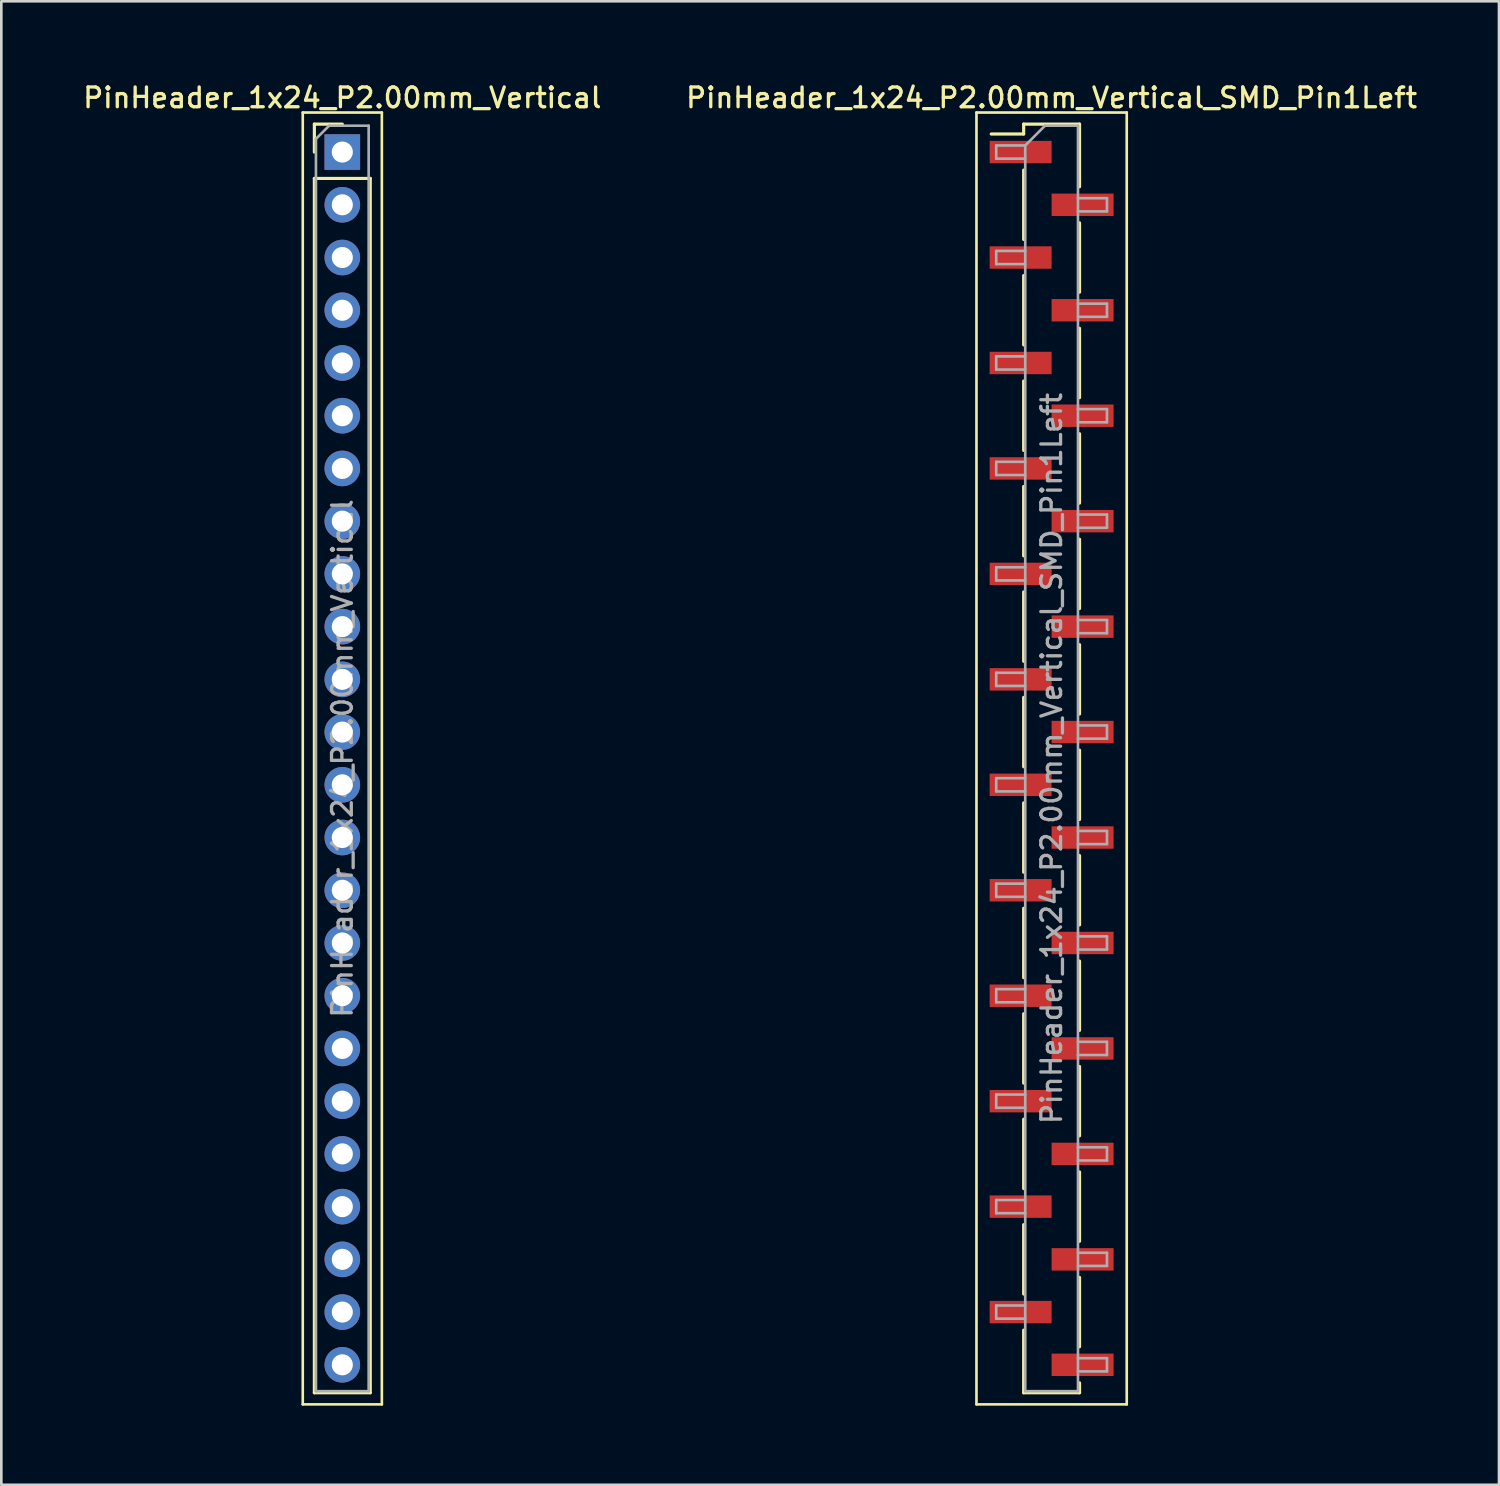
<source format=kicad_pcb>
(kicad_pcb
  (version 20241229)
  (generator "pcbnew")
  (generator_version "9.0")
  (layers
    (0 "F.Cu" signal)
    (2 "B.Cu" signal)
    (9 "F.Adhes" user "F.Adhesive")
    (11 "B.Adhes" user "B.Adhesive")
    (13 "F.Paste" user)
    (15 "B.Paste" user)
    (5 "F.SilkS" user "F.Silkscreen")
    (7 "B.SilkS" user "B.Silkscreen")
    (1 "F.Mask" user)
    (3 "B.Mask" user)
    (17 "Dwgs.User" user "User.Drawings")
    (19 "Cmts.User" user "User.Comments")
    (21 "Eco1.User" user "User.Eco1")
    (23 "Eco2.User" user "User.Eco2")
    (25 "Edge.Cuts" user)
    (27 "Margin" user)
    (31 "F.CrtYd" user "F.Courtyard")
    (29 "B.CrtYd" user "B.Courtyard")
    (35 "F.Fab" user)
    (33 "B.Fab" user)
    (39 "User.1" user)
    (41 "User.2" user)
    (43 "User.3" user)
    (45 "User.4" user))
  (footprint "PinHeader_1x24_P2.00mm_Vertical"
    (layer "F.Cu")
    (at 9.934 2.718)
    (property "Reference" "PinHeader_1x24_P2.00mm_Vertical" (at 0 -2.06 0) (layer "F.SilkS") (effects (font (size 0.75 0.75) (thickness 0.125))))
    (attr through_hole)
    (fp_line (start -1.5 -1.5) (end -1.5 47.5) (stroke (width 0.1) (type solid)) (layer "F.SilkS"))
    (fp_line (start -1.5 47.5) (end 1.5 47.5) (stroke (width 0.1) (type solid)) (layer "F.SilkS"))
    (fp_line (start -1.06 -1.06) (end 0 -1.06) (stroke (width 0.12) (type solid)) (layer "F.SilkS"))
    (fp_line (start -1.06 0) (end -1.06 -1.06) (stroke (width 0.12) (type solid)) (layer "F.SilkS"))
    (fp_line (start -1.06 1) (end -1.06 47.06) (stroke (width 0.12) (type solid)) (layer "F.SilkS"))
    (fp_line (start -1.06 1) (end 1.06 1) (stroke (width 0.12) (type solid)) (layer "F.SilkS"))
    (fp_line (start -1.06 47.06) (end 1.06 47.06) (stroke (width 0.12) (type solid)) (layer "F.SilkS"))
    (fp_line (start 1.06 1) (end 1.06 47.06) (stroke (width 0.12) (type solid)) (layer "F.SilkS"))
    (fp_line (start 1.5 -1.5) (end -1.5 -1.5) (stroke (width 0.1) (type solid)) (layer "F.SilkS"))
    (fp_line (start 1.5 47.5) (end 1.5 -1.5) (stroke (width 0.1) (type solid)) (layer "F.SilkS"))
    (fp_line (start -1 -0.5) (end -0.5 -1) (stroke (width 0.1) (type solid)) (layer "F.Fab"))
    (fp_line (start -1 47) (end -1 -0.5) (stroke (width 0.1) (type solid)) (layer "F.Fab"))
    (fp_line (start -0.5 -1) (end 1 -1) (stroke (width 0.1) (type solid)) (layer "F.Fab"))
    (fp_line (start 1 -1) (end 1 47) (stroke (width 0.1) (type solid)) (layer "F.Fab"))
    (fp_line (start 1 47) (end -1 47) (stroke (width 0.1) (type solid)) (layer "F.Fab"))
    (fp_text user "${REFERENCE}" (at 0 23 90) (layer "F.Fab") (effects (font (size 0.75 0.75) (thickness 0.125))))
    (pad "1" thru_hole rect (at 0 0) (size 1.35 1.35) (drill 0.8) (layers "*.Cu" "*.Mask"))
    (pad "2" thru_hole oval (at 0 2) (size 1.35 1.35) (drill 0.8) (layers "*.Cu" "*.Mask"))
    (pad "3" thru_hole oval (at 0 4) (size 1.35 1.35) (drill 0.8) (layers "*.Cu" "*.Mask"))
    (pad "4" thru_hole oval (at 0 6) (size 1.35 1.35) (drill 0.8) (layers "*.Cu" "*.Mask"))
    (pad "5" thru_hole oval (at 0 8) (size 1.35 1.35) (drill 0.8) (layers "*.Cu" "*.Mask"))
    (pad "6" thru_hole oval (at 0 10) (size 1.35 1.35) (drill 0.8) (layers "*.Cu" "*.Mask"))
    (pad "7" thru_hole oval (at 0 12) (size 1.35 1.35) (drill 0.8) (layers "*.Cu" "*.Mask"))
    (pad "8" thru_hole oval (at 0 14) (size 1.35 1.35) (drill 0.8) (layers "*.Cu" "*.Mask"))
    (pad "9" thru_hole oval (at 0 16) (size 1.35 1.35) (drill 0.8) (layers "*.Cu" "*.Mask"))
    (pad "10" thru_hole oval (at 0 18) (size 1.35 1.35) (drill 0.8) (layers "*.Cu" "*.Mask"))
    (pad "11" thru_hole oval (at 0 20) (size 1.35 1.35) (drill 0.8) (layers "*.Cu" "*.Mask"))
    (pad "12" thru_hole oval (at 0 22) (size 1.35 1.35) (drill 0.8) (layers "*.Cu" "*.Mask"))
    (pad "13" thru_hole oval (at 0 24) (size 1.35 1.35) (drill 0.8) (layers "*.Cu" "*.Mask"))
    (pad "14" thru_hole oval (at 0 26) (size 1.35 1.35) (drill 0.8) (layers "*.Cu" "*.Mask"))
    (pad "15" thru_hole oval (at 0 28) (size 1.35 1.35) (drill 0.8) (layers "*.Cu" "*.Mask"))
    (pad "16" thru_hole oval (at 0 30) (size 1.35 1.35) (drill 0.8) (layers "*.Cu" "*.Mask"))
    (pad "17" thru_hole oval (at 0 32) (size 1.35 1.35) (drill 0.8) (layers "*.Cu" "*.Mask"))
    (pad "18" thru_hole oval (at 0 34) (size 1.35 1.35) (drill 0.8) (layers "*.Cu" "*.Mask"))
    (pad "19" thru_hole oval (at 0 36) (size 1.35 1.35) (drill 0.8) (layers "*.Cu" "*.Mask"))
    (pad "20" thru_hole oval (at 0 38) (size 1.35 1.35) (drill 0.8) (layers "*.Cu" "*.Mask"))
    (pad "21" thru_hole oval (at 0 40) (size 1.35 1.35) (drill 0.8) (layers "*.Cu" "*.Mask"))
    (pad "22" thru_hole oval (at 0 42) (size 1.35 1.35) (drill 0.8) (layers "*.Cu" "*.Mask"))
    (pad "23" thru_hole oval (at 0 44) (size 1.35 1.35) (drill 0.8) (layers "*.Cu" "*.Mask"))
    (pad "24" thru_hole oval (at 0 46) (size 1.35 1.35) (drill 0.8) (layers "*.Cu" "*.Mask")))
  (footprint "PinHeader_1x24_P2.00mm_Vertical_SMD_Pin1Left"
    (layer "F.Cu")
    (at 36.838 25.718)
    (property "Reference" "PinHeader_1x24_P2.00mm_Vertical_SMD_Pin1Left" (at 0 -25.06 0) (layer "F.SilkS") (effects (font (size 0.75 0.75) (thickness 0.125))))
    (attr smd)
    (fp_line (start -2.85 -24.5) (end -2.85 24.5) (stroke (width 0.1) (type solid)) (layer "F.SilkS"))
    (fp_line (start -2.85 24.5) (end 2.85 24.5) (stroke (width 0.1) (type solid)) (layer "F.SilkS"))
    (fp_line (start -1.06 -24.06) (end -1.06 -23.685) (stroke (width 0.12) (type solid)) (layer "F.SilkS"))
    (fp_line (start -1.06 -24.06) (end 1.06 -24.06) (stroke (width 0.12) (type solid)) (layer "F.SilkS"))
    (fp_line (start -1.06 -23.685) (end -2.29 -23.685) (stroke (width 0.12) (type solid)) (layer "F.SilkS"))
    (fp_line (start -1.06 -22.315) (end -1.06 -19.685) (stroke (width 0.12) (type solid)) (layer "F.SilkS"))
    (fp_line (start -1.06 -18.315) (end -1.06 -15.685) (stroke (width 0.12) (type solid)) (layer "F.SilkS"))
    (fp_line (start -1.06 -14.315) (end -1.06 -11.685) (stroke (width 0.12) (type solid)) (layer "F.SilkS"))
    (fp_line (start -1.06 -10.315) (end -1.06 -7.685) (stroke (width 0.12) (type solid)) (layer "F.SilkS"))
    (fp_line (start -1.06 -6.315) (end -1.06 -3.685) (stroke (width 0.12) (type solid)) (layer "F.SilkS"))
    (fp_line (start -1.06 -2.315) (end -1.06 0.315) (stroke (width 0.12) (type solid)) (layer "F.SilkS"))
    (fp_line (start -1.06 1.685) (end -1.06 4.315) (stroke (width 0.12) (type solid)) (layer "F.SilkS"))
    (fp_line (start -1.06 5.685) (end -1.06 8.315) (stroke (width 0.12) (type solid)) (layer "F.SilkS"))
    (fp_line (start -1.06 9.685) (end -1.06 12.315) (stroke (width 0.12) (type solid)) (layer "F.SilkS"))
    (fp_line (start -1.06 13.685) (end -1.06 16.315) (stroke (width 0.12) (type solid)) (layer "F.SilkS"))
    (fp_line (start -1.06 17.685) (end -1.06 20.315) (stroke (width 0.12) (type solid)) (layer "F.SilkS"))
    (fp_line (start -1.06 21.685) (end -1.06 24.06) (stroke (width 0.12) (type solid)) (layer "F.SilkS"))
    (fp_line (start -1.06 24.06) (end 1.06 24.06) (stroke (width 0.12) (type solid)) (layer "F.SilkS"))
    (fp_line (start 1.06 -24.06) (end 1.06 -21.685) (stroke (width 0.12) (type solid)) (layer "F.SilkS"))
    (fp_line (start 1.06 -20.315) (end 1.06 -17.685) (stroke (width 0.12) (type solid)) (layer "F.SilkS"))
    (fp_line (start 1.06 -16.315) (end 1.06 -13.685) (stroke (width 0.12) (type solid)) (layer "F.SilkS"))
    (fp_line (start 1.06 -12.315) (end 1.06 -9.685) (stroke (width 0.12) (type solid)) (layer "F.SilkS"))
    (fp_line (start 1.06 -8.315) (end 1.06 -5.685) (stroke (width 0.12) (type solid)) (layer "F.SilkS"))
    (fp_line (start 1.06 -4.315) (end 1.06 -1.685) (stroke (width 0.12) (type solid)) (layer "F.SilkS"))
    (fp_line (start 1.06 -0.315) (end 1.06 2.315) (stroke (width 0.12) (type solid)) (layer "F.SilkS"))
    (fp_line (start 1.06 3.685) (end 1.06 6.315) (stroke (width 0.12) (type solid)) (layer "F.SilkS"))
    (fp_line (start 1.06 7.685) (end 1.06 10.315) (stroke (width 0.12) (type solid)) (layer "F.SilkS"))
    (fp_line (start 1.06 11.685) (end 1.06 14.315) (stroke (width 0.12) (type solid)) (layer "F.SilkS"))
    (fp_line (start 1.06 15.685) (end 1.06 18.315) (stroke (width 0.12) (type solid)) (layer "F.SilkS"))
    (fp_line (start 1.06 19.685) (end 1.06 22.315) (stroke (width 0.12) (type solid)) (layer "F.SilkS"))
    (fp_line (start 1.06 23.685) (end 1.06 24.06) (stroke (width 0.12) (type solid)) (layer "F.SilkS"))
    (fp_line (start 2.85 -24.5) (end -2.85 -24.5) (stroke (width 0.1) (type solid)) (layer "F.SilkS"))
    (fp_line (start 2.85 24.5) (end 2.85 -24.5) (stroke (width 0.1) (type solid)) (layer "F.SilkS"))
    (fp_line (start -2.1 -23.25) (end -2.1 -22.75) (stroke (width 0.1) (type solid)) (layer "F.Fab"))
    (fp_line (start -2.1 -22.75) (end -1 -22.75) (stroke (width 0.1) (type solid)) (layer "F.Fab"))
    (fp_line (start -2.1 -19.25) (end -2.1 -18.75) (stroke (width 0.1) (type solid)) (layer "F.Fab"))
    (fp_line (start -2.1 -18.75) (end -1 -18.75) (stroke (width 0.1) (type solid)) (layer "F.Fab"))
    (fp_line (start -2.1 -15.25) (end -2.1 -14.75) (stroke (width 0.1) (type solid)) (layer "F.Fab"))
    (fp_line (start -2.1 -14.75) (end -1 -14.75) (stroke (width 0.1) (type solid)) (layer "F.Fab"))
    (fp_line (start -2.1 -11.25) (end -2.1 -10.75) (stroke (width 0.1) (type solid)) (layer "F.Fab"))
    (fp_line (start -2.1 -10.75) (end -1 -10.75) (stroke (width 0.1) (type solid)) (layer "F.Fab"))
    (fp_line (start -2.1 -7.25) (end -2.1 -6.75) (stroke (width 0.1) (type solid)) (layer "F.Fab"))
    (fp_line (start -2.1 -6.75) (end -1 -6.75) (stroke (width 0.1) (type solid)) (layer "F.Fab"))
    (fp_line (start -2.1 -3.25) (end -2.1 -2.75) (stroke (width 0.1) (type solid)) (layer "F.Fab"))
    (fp_line (start -2.1 -2.75) (end -1 -2.75) (stroke (width 0.1) (type solid)) (layer "F.Fab"))
    (fp_line (start -2.1 0.75) (end -2.1 1.25) (stroke (width 0.1) (type solid)) (layer "F.Fab"))
    (fp_line (start -2.1 1.25) (end -1 1.25) (stroke (width 0.1) (type solid)) (layer "F.Fab"))
    (fp_line (start -2.1 4.75) (end -2.1 5.25) (stroke (width 0.1) (type solid)) (layer "F.Fab"))
    (fp_line (start -2.1 5.25) (end -1 5.25) (stroke (width 0.1) (type solid)) (layer "F.Fab"))
    (fp_line (start -2.1 8.75) (end -2.1 9.25) (stroke (width 0.1) (type solid)) (layer "F.Fab"))
    (fp_line (start -2.1 9.25) (end -1 9.25) (stroke (width 0.1) (type solid)) (layer "F.Fab"))
    (fp_line (start -2.1 12.75) (end -2.1 13.25) (stroke (width 0.1) (type solid)) (layer "F.Fab"))
    (fp_line (start -2.1 13.25) (end -1 13.25) (stroke (width 0.1) (type solid)) (layer "F.Fab"))
    (fp_line (start -2.1 16.75) (end -2.1 17.25) (stroke (width 0.1) (type solid)) (layer "F.Fab"))
    (fp_line (start -2.1 17.25) (end -1 17.25) (stroke (width 0.1) (type solid)) (layer "F.Fab"))
    (fp_line (start -2.1 20.75) (end -2.1 21.25) (stroke (width 0.1) (type solid)) (layer "F.Fab"))
    (fp_line (start -2.1 21.25) (end -1 21.25) (stroke (width 0.1) (type solid)) (layer "F.Fab"))
    (fp_line (start -1 -23.25) (end -2.1 -23.25) (stroke (width 0.1) (type solid)) (layer "F.Fab"))
    (fp_line (start -1 -23.25) (end -0.25 -24) (stroke (width 0.1) (type solid)) (layer "F.Fab"))
    (fp_line (start -1 -19.25) (end -2.1 -19.25) (stroke (width 0.1) (type solid)) (layer "F.Fab"))
    (fp_line (start -1 -15.25) (end -2.1 -15.25) (stroke (width 0.1) (type solid)) (layer "F.Fab"))
    (fp_line (start -1 -11.25) (end -2.1 -11.25) (stroke (width 0.1) (type solid)) (layer "F.Fab"))
    (fp_line (start -1 -7.25) (end -2.1 -7.25) (stroke (width 0.1) (type solid)) (layer "F.Fab"))
    (fp_line (start -1 -3.25) (end -2.1 -3.25) (stroke (width 0.1) (type solid)) (layer "F.Fab"))
    (fp_line (start -1 0.75) (end -2.1 0.75) (stroke (width 0.1) (type solid)) (layer "F.Fab"))
    (fp_line (start -1 4.75) (end -2.1 4.75) (stroke (width 0.1) (type solid)) (layer "F.Fab"))
    (fp_line (start -1 8.75) (end -2.1 8.75) (stroke (width 0.1) (type solid)) (layer "F.Fab"))
    (fp_line (start -1 12.75) (end -2.1 12.75) (stroke (width 0.1) (type solid)) (layer "F.Fab"))
    (fp_line (start -1 16.75) (end -2.1 16.75) (stroke (width 0.1) (type solid)) (layer "F.Fab"))
    (fp_line (start -1 20.75) (end -2.1 20.75) (stroke (width 0.1) (type solid)) (layer "F.Fab"))
    (fp_line (start -1 24) (end -1 -23.25) (stroke (width 0.1) (type solid)) (layer "F.Fab"))
    (fp_line (start -0.25 -24) (end 1 -24) (stroke (width 0.1) (type solid)) (layer "F.Fab"))
    (fp_line (start 1 -24) (end 1 24) (stroke (width 0.1) (type solid)) (layer "F.Fab"))
    (fp_line (start 1 -21.25) (end 2.1 -21.25) (stroke (width 0.1) (type solid)) (layer "F.Fab"))
    (fp_line (start 1 -17.25) (end 2.1 -17.25) (stroke (width 0.1) (type solid)) (layer "F.Fab"))
    (fp_line (start 1 -13.25) (end 2.1 -13.25) (stroke (width 0.1) (type solid)) (layer "F.Fab"))
    (fp_line (start 1 -9.25) (end 2.1 -9.25) (stroke (width 0.1) (type solid)) (layer "F.Fab"))
    (fp_line (start 1 -5.25) (end 2.1 -5.25) (stroke (width 0.1) (type solid)) (layer "F.Fab"))
    (fp_line (start 1 -1.25) (end 2.1 -1.25) (stroke (width 0.1) (type solid)) (layer "F.Fab"))
    (fp_line (start 1 2.75) (end 2.1 2.75) (stroke (width 0.1) (type solid)) (layer "F.Fab"))
    (fp_line (start 1 6.75) (end 2.1 6.75) (stroke (width 0.1) (type solid)) (layer "F.Fab"))
    (fp_line (start 1 10.75) (end 2.1 10.75) (stroke (width 0.1) (type solid)) (layer "F.Fab"))
    (fp_line (start 1 14.75) (end 2.1 14.75) (stroke (width 0.1) (type solid)) (layer "F.Fab"))
    (fp_line (start 1 18.75) (end 2.1 18.75) (stroke (width 0.1) (type solid)) (layer "F.Fab"))
    (fp_line (start 1 22.75) (end 2.1 22.75) (stroke (width 0.1) (type solid)) (layer "F.Fab"))
    (fp_line (start 1 24) (end -1 24) (stroke (width 0.1) (type solid)) (layer "F.Fab"))
    (fp_line (start 2.1 -21.25) (end 2.1 -20.75) (stroke (width 0.1) (type solid)) (layer "F.Fab"))
    (fp_line (start 2.1 -20.75) (end 1 -20.75) (stroke (width 0.1) (type solid)) (layer "F.Fab"))
    (fp_line (start 2.1 -17.25) (end 2.1 -16.75) (stroke (width 0.1) (type solid)) (layer "F.Fab"))
    (fp_line (start 2.1 -16.75) (end 1 -16.75) (stroke (width 0.1) (type solid)) (layer "F.Fab"))
    (fp_line (start 2.1 -13.25) (end 2.1 -12.75) (stroke (width 0.1) (type solid)) (layer "F.Fab"))
    (fp_line (start 2.1 -12.75) (end 1 -12.75) (stroke (width 0.1) (type solid)) (layer "F.Fab"))
    (fp_line (start 2.1 -9.25) (end 2.1 -8.75) (stroke (width 0.1) (type solid)) (layer "F.Fab"))
    (fp_line (start 2.1 -8.75) (end 1 -8.75) (stroke (width 0.1) (type solid)) (layer "F.Fab"))
    (fp_line (start 2.1 -5.25) (end 2.1 -4.75) (stroke (width 0.1) (type solid)) (layer "F.Fab"))
    (fp_line (start 2.1 -4.75) (end 1 -4.75) (stroke (width 0.1) (type solid)) (layer "F.Fab"))
    (fp_line (start 2.1 -1.25) (end 2.1 -0.75) (stroke (width 0.1) (type solid)) (layer "F.Fab"))
    (fp_line (start 2.1 -0.75) (end 1 -0.75) (stroke (width 0.1) (type solid)) (layer "F.Fab"))
    (fp_line (start 2.1 2.75) (end 2.1 3.25) (stroke (width 0.1) (type solid)) (layer "F.Fab"))
    (fp_line (start 2.1 3.25) (end 1 3.25) (stroke (width 0.1) (type solid)) (layer "F.Fab"))
    (fp_line (start 2.1 6.75) (end 2.1 7.25) (stroke (width 0.1) (type solid)) (layer "F.Fab"))
    (fp_line (start 2.1 7.25) (end 1 7.25) (stroke (width 0.1) (type solid)) (layer "F.Fab"))
    (fp_line (start 2.1 10.75) (end 2.1 11.25) (stroke (width 0.1) (type solid)) (layer "F.Fab"))
    (fp_line (start 2.1 11.25) (end 1 11.25) (stroke (width 0.1) (type solid)) (layer "F.Fab"))
    (fp_line (start 2.1 14.75) (end 2.1 15.25) (stroke (width 0.1) (type solid)) (layer "F.Fab"))
    (fp_line (start 2.1 15.25) (end 1 15.25) (stroke (width 0.1) (type solid)) (layer "F.Fab"))
    (fp_line (start 2.1 18.75) (end 2.1 19.25) (stroke (width 0.1) (type solid)) (layer "F.Fab"))
    (fp_line (start 2.1 19.25) (end 1 19.25) (stroke (width 0.1) (type solid)) (layer "F.Fab"))
    (fp_line (start 2.1 22.75) (end 2.1 23.25) (stroke (width 0.1) (type solid)) (layer "F.Fab"))
    (fp_line (start 2.1 23.25) (end 1 23.25) (stroke (width 0.1) (type solid)) (layer "F.Fab"))
    (fp_text user "${REFERENCE}" (at 0 0 90) (layer "F.Fab") (effects (font (size 0.75 0.75) (thickness 0.125))))
    (pad "1" smd rect (at -1.175 -23) (size 2.35 0.85) (layers "F.Cu" "F.Mask" "F.Paste"))
    (pad "2" smd rect (at 1.175 -21) (size 2.35 0.85) (layers "F.Cu" "F.Mask" "F.Paste"))
    (pad "3" smd rect (at -1.175 -19) (size 2.35 0.85) (layers "F.Cu" "F.Mask" "F.Paste"))
    (pad "4" smd rect (at 1.175 -17) (size 2.35 0.85) (layers "F.Cu" "F.Mask" "F.Paste"))
    (pad "5" smd rect (at -1.175 -15) (size 2.35 0.85) (layers "F.Cu" "F.Mask" "F.Paste"))
    (pad "6" smd rect (at 1.175 -13) (size 2.35 0.85) (layers "F.Cu" "F.Mask" "F.Paste"))
    (pad "7" smd rect (at -1.175 -11) (size 2.35 0.85) (layers "F.Cu" "F.Mask" "F.Paste"))
    (pad "8" smd rect (at 1.175 -9) (size 2.35 0.85) (layers "F.Cu" "F.Mask" "F.Paste"))
    (pad "9" smd rect (at -1.175 -7) (size 2.35 0.85) (layers "F.Cu" "F.Mask" "F.Paste"))
    (pad "10" smd rect (at 1.175 -5) (size 2.35 0.85) (layers "F.Cu" "F.Mask" "F.Paste"))
    (pad "11" smd rect (at -1.175 -3) (size 2.35 0.85) (layers "F.Cu" "F.Mask" "F.Paste"))
    (pad "12" smd rect (at 1.175 -1) (size 2.35 0.85) (layers "F.Cu" "F.Mask" "F.Paste"))
    (pad "13" smd rect (at -1.175 1) (size 2.35 0.85) (layers "F.Cu" "F.Mask" "F.Paste"))
    (pad "14" smd rect (at 1.175 3) (size 2.35 0.85) (layers "F.Cu" "F.Mask" "F.Paste"))
    (pad "15" smd rect (at -1.175 5) (size 2.35 0.85) (layers "F.Cu" "F.Mask" "F.Paste"))
    (pad "16" smd rect (at 1.175 7) (size 2.35 0.85) (layers "F.Cu" "F.Mask" "F.Paste"))
    (pad "17" smd rect (at -1.175 9) (size 2.35 0.85) (layers "F.Cu" "F.Mask" "F.Paste"))
    (pad "18" smd rect (at 1.175 11) (size 2.35 0.85) (layers "F.Cu" "F.Mask" "F.Paste"))
    (pad "19" smd rect (at -1.175 13) (size 2.35 0.85) (layers "F.Cu" "F.Mask" "F.Paste"))
    (pad "20" smd rect (at 1.175 15) (size 2.35 0.85) (layers "F.Cu" "F.Mask" "F.Paste"))
    (pad "21" smd rect (at -1.175 17) (size 2.35 0.85) (layers "F.Cu" "F.Mask" "F.Paste"))
    (pad "22" smd rect (at 1.175 19) (size 2.35 0.85) (layers "F.Cu" "F.Mask" "F.Paste"))
    (pad "23" smd rect (at -1.175 21) (size 2.35 0.85) (layers "F.Cu" "F.Mask" "F.Paste"))
    (pad "24" smd rect (at 1.175 23) (size 2.35 0.85) (layers "F.Cu" "F.Mask" "F.Paste")))
  (gr_rect
    (start -3 -3)
    (end 53.807 53.268)
    (stroke (width 0.1) (type default))
    (fill no)
    (layer "Edge.Cuts")))
</source>
